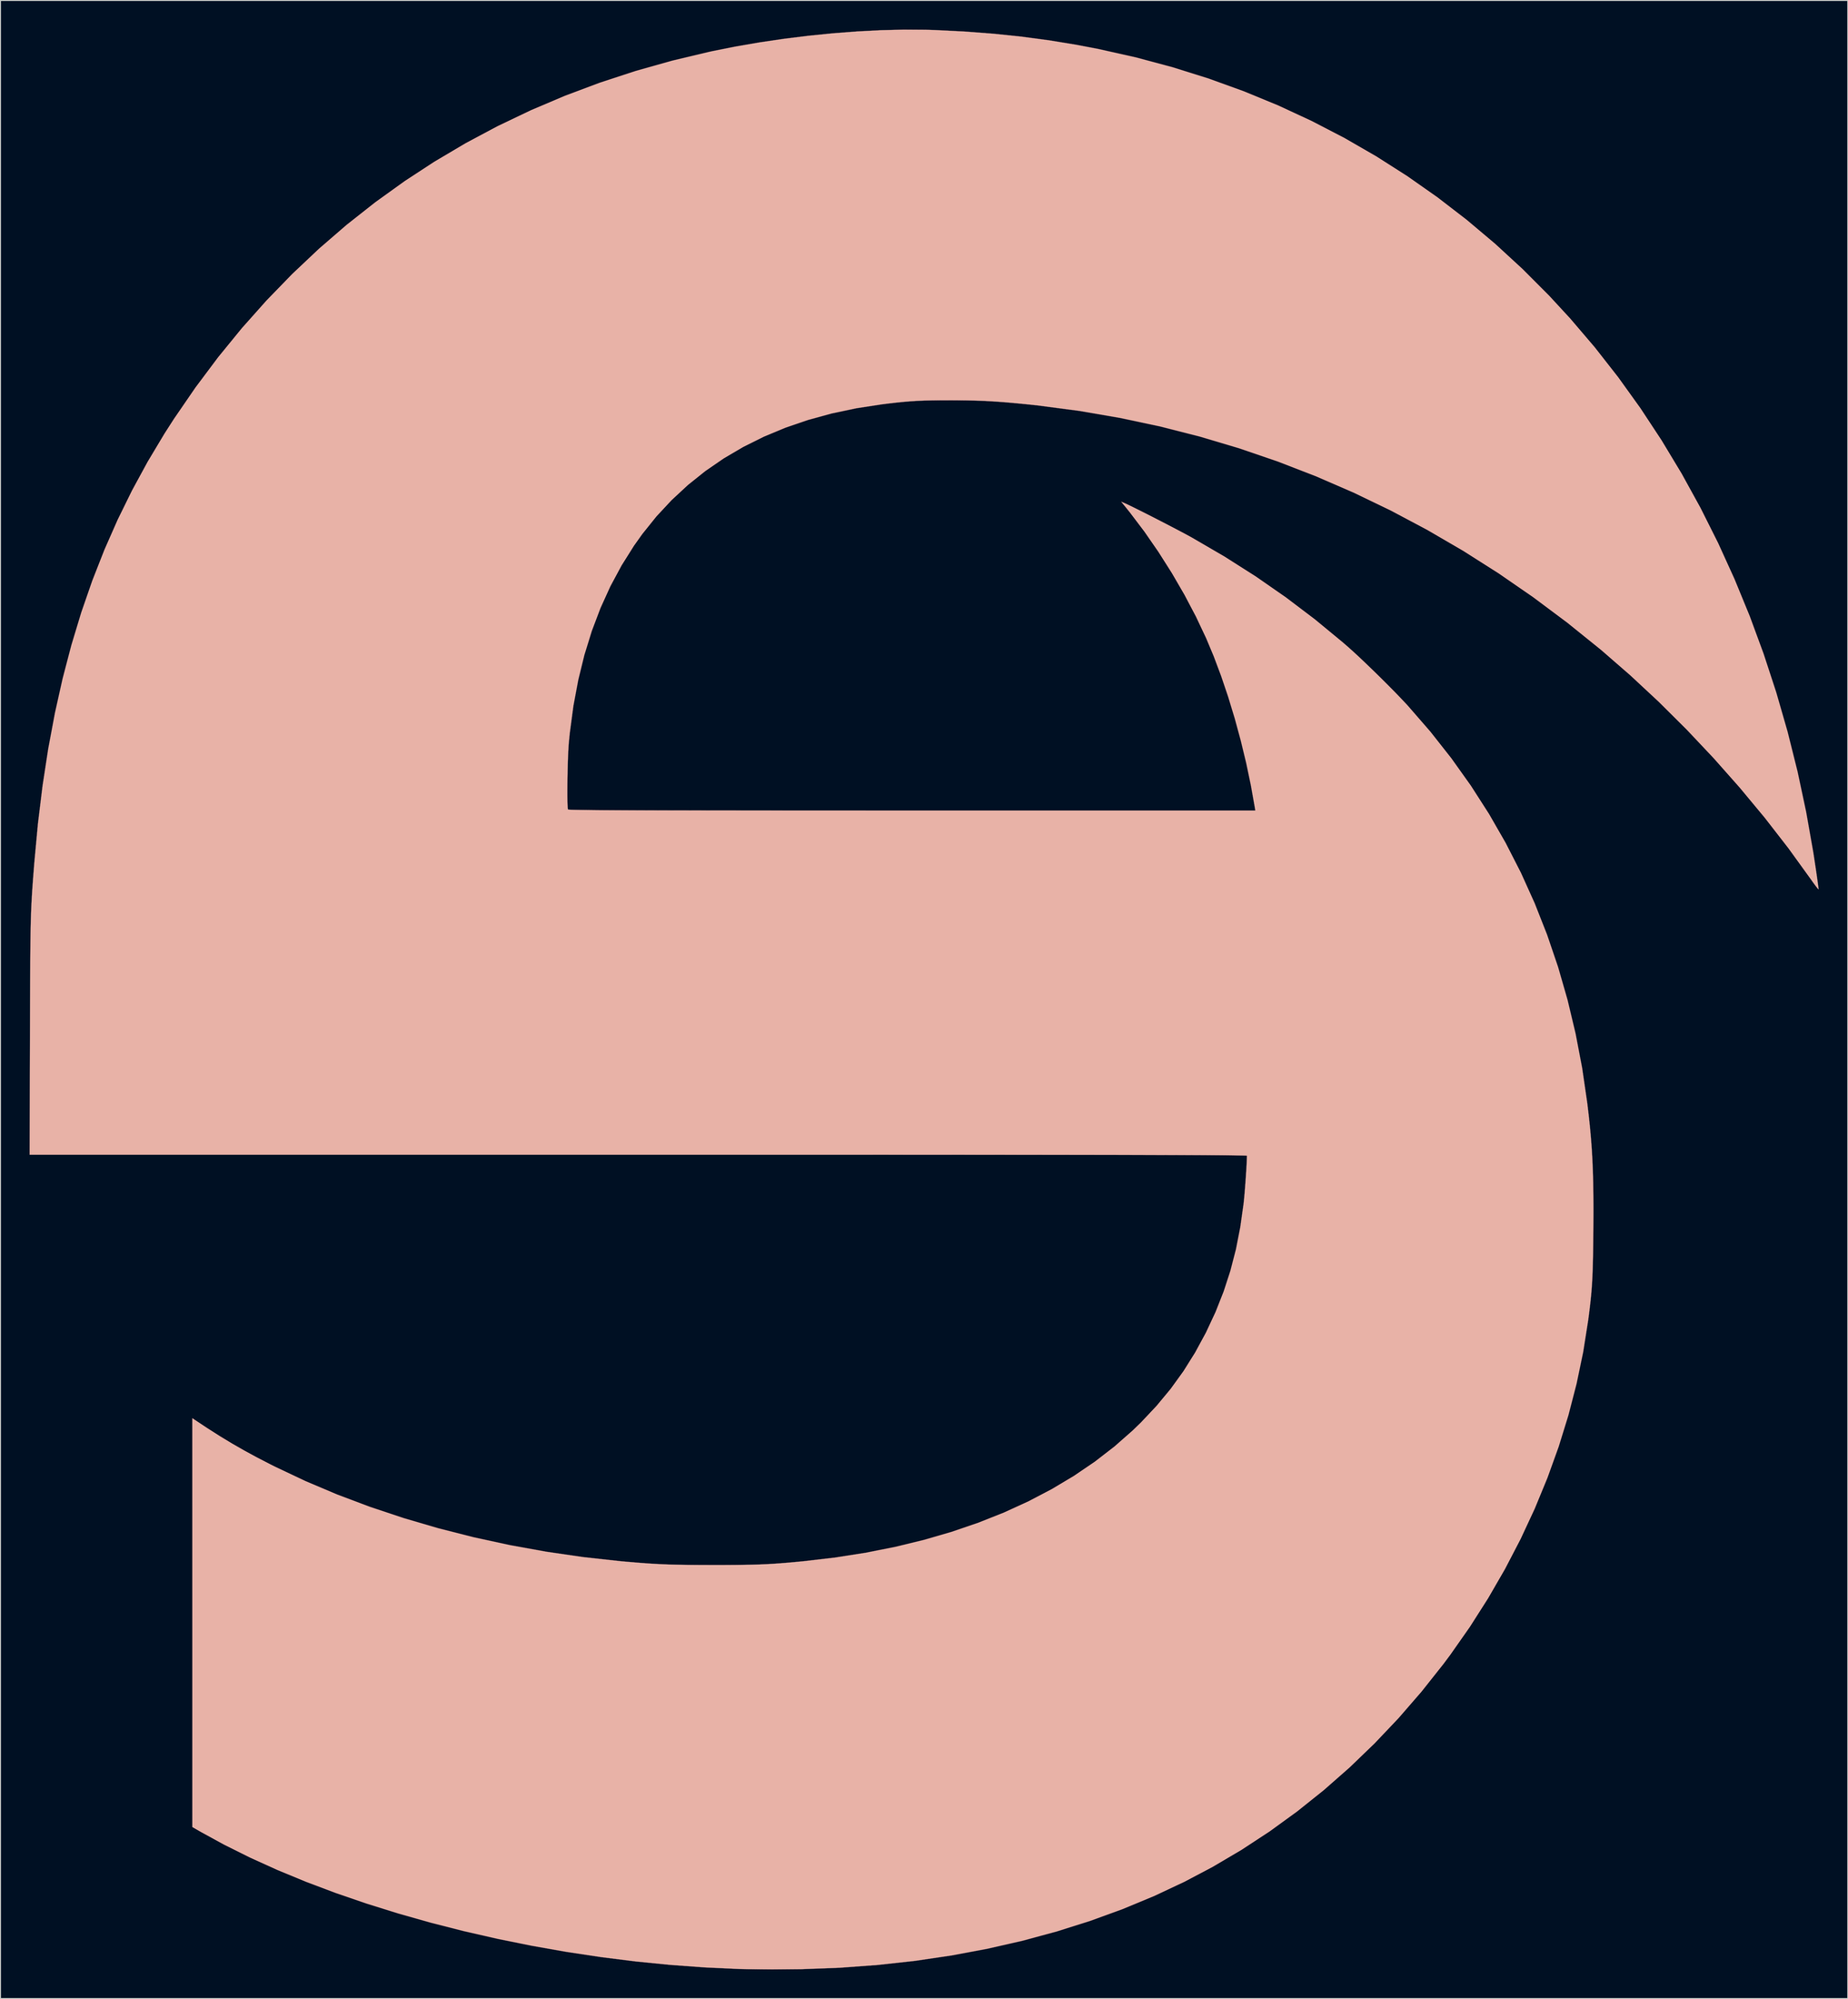
<source format=kicad_pcb>
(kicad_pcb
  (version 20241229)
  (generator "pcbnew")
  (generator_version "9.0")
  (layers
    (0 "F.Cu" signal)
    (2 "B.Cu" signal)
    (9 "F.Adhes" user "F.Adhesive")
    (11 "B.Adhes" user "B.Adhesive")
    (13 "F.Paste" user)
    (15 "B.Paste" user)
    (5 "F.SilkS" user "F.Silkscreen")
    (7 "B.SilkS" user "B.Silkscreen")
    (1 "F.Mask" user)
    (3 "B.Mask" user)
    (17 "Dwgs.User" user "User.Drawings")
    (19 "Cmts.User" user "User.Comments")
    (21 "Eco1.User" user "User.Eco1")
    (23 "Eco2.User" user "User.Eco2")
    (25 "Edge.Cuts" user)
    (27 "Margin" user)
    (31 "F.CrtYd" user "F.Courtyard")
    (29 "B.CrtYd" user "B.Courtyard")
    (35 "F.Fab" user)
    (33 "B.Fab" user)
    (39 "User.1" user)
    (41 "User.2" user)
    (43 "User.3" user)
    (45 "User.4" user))
  (footprint "edge_20x20_B"
    (layer "F.Cu")
    (at 92.217 99.966)
    (property "Reference" "edge_20x20_B" (at 0 0 0) (layer "B.SilkS") (effects (font (size 1.524 1.524) (thickness 0.3))))
    (attr through_hole)
    (fp_poly (pts (xy 0.11 -99.95) (xy 1.087 -99.92) (xy 4.175 -99.765) (xy 7.14 -99.54) (xy 10.016 -99.242) (xy 12.837 -98.866) (xy 15.636 -98.408) (xy 17.949 -97.967) (xy 21.815 -97.101) (xy 25.602 -96.086) (xy 29.309 -94.923) (xy 32.934 -93.612) (xy 36.477 -92.154) (xy 39.936 -90.549) (xy 43.309 -88.8) (xy 46.595 -86.905) (xy 49.794 -84.866) (xy 52.903 -82.685) (xy 55.922 -80.36) (xy 58.85 -77.894) (xy 61.684 -75.286) (xy 64.424 -72.539) (xy 66.593 -70.188) (xy 69.12 -67.227) (xy 71.535 -64.143) (xy 73.835 -60.941) (xy 76.018 -57.625) (xy 78.082 -54.2) (xy 80.024 -50.672) (xy 81.842 -47.046) (xy 83.534 -43.326) (xy 85.099 -39.518) (xy 86.532 -35.626) (xy 87.833 -31.655) (xy 88.999 -27.611) (xy 90.028 -23.498) (xy 90.918 -19.322) (xy 91.666 -15.087) (xy 91.906 -13.506) (xy 91.989 -12.934) (xy 92.063 -12.415) (xy 92.124 -11.973) (xy 92.17 -11.633) (xy 92.196 -11.418) (xy 92.202 -11.357) (xy 92.157 -11.383) (xy 92.032 -11.529) (xy 91.843 -11.776) (xy 91.604 -12.102) (xy 91.385 -12.414) (xy 89.092 -15.586) (xy 86.649 -18.734) (xy 84.072 -21.836) (xy 81.381 -24.874) (xy 78.594 -27.828) (xy 75.728 -30.677) (xy 72.802 -33.401) (xy 69.834 -35.982) (xy 69.723 -36.075) (xy 66.281 -38.849) (xy 62.772 -41.469) (xy 59.198 -43.934) (xy 55.561 -46.244) (xy 51.861 -48.398) (xy 48.101 -50.396) (xy 44.282 -52.236) (xy 40.405 -53.918) (xy 36.472 -55.441) (xy 32.484 -56.806) (xy 28.443 -58.011) (xy 24.35 -59.055) (xy 20.207 -59.938) (xy 16.015 -60.66) (xy 11.776 -61.219) (xy 10.668 -61.337) (xy 9.442 -61.457) (xy 8.342 -61.554) (xy 7.325 -61.629) (xy 6.351 -61.684) (xy 5.377 -61.723) (xy 4.361 -61.747) (xy 3.263 -61.758) (xy 2.752 -61.759) (xy 1.722 -61.757) (xy 0.826 -61.748) (xy 0.027 -61.729) (xy -0.712 -61.697) (xy -1.426 -61.652) (xy -2.152 -61.591) (xy -2.925 -61.512) (xy -3.783 -61.412) (xy -4.368 -61.339) (xy -7.003 -60.935) (xy -9.537 -60.398) (xy -11.971 -59.731) (xy -14.302 -58.934) (xy -16.528 -58.007) (xy -18.648 -56.952) (xy -20.66 -55.77) (xy -22.564 -54.461) (xy -24.356 -53.026) (xy -26.037 -51.467) (xy -27.604 -49.784) (xy -29.055 -47.977) (xy -29.912 -46.773) (xy -31.196 -44.73) (xy -32.35 -42.584) (xy -33.372 -40.333) (xy -34.264 -37.976) (xy -35.026 -35.514) (xy -35.657 -32.944) (xy -36.158 -30.267) (xy -36.53 -27.481) (xy -36.628 -26.501) (xy -36.66 -26.071) (xy -36.69 -25.543) (xy -36.716 -24.94) (xy -36.738 -24.284) (xy -36.756 -23.596) (xy -36.769 -22.898) (xy -36.778 -22.212) (xy -36.783 -21.561) (xy -36.782 -20.966) (xy -36.775 -20.449) (xy -36.763 -20.033) (xy -36.745 -19.738) (xy -36.72 -19.587) (xy -36.716 -19.579) (xy -36.68 -19.57) (xy -36.582 -19.561) (xy -36.417 -19.553) (xy -36.181 -19.546) (xy -35.87 -19.539) (xy -35.48 -19.532) (xy -35.007 -19.526) (xy -34.447 -19.52) (xy -33.796 -19.514) (xy -33.049 -19.509) (xy -32.203 -19.505) (xy -31.254 -19.501) (xy -30.197 -19.497) (xy -29.029 -19.493) (xy -27.745 -19.49) (xy -26.342 -19.487) (xy -24.814 -19.485) (xy -23.159 -19.482) (xy -21.372 -19.48) (xy -19.449 -19.479) (xy -17.385 -19.477) (xy -15.178 -19.476) (xy -12.823 -19.475) (xy -10.315 -19.474) (xy -7.65 -19.474) (xy -4.826 -19.473) (xy -1.837 -19.473) (xy -1.258 -19.473) (xy 34.136 -19.473) (xy 34.078 -19.833) (xy 33.678 -22.088) (xy 33.196 -24.38) (xy 32.64 -26.681) (xy 32.019 -28.962) (xy 31.341 -31.192) (xy 30.614 -33.342) (xy 29.847 -35.383) (xy 29.068 -37.241) (xy 28.017 -39.467) (xy 26.832 -41.716) (xy 25.535 -43.951) (xy 24.149 -46.135) (xy 22.697 -48.234) (xy 21.2 -50.209) (xy 20.812 -50.691) (xy 20.314 -51.302) (xy 20.635 -51.168) (xy 20.881 -51.057) (xy 21.256 -50.878) (xy 21.738 -50.642) (xy 22.306 -50.359) (xy 22.937 -50.041) (xy 23.612 -49.698) (xy 24.307 -49.341) (xy 25.003 -48.982) (xy 25.678 -48.631) (xy 26.309 -48.3) (xy 26.877 -47.998) (xy 27.359 -47.738) (xy 27.601 -47.604) (xy 30.961 -45.647) (xy 34.186 -43.596) (xy 37.284 -41.444) (xy 40.267 -39.185) (xy 43.144 -36.812) (xy 43.688 -36.34) (xy 44.229 -35.856) (xy 44.86 -35.272) (xy 45.555 -34.613) (xy 46.29 -33.904) (xy 47.04 -33.17) (xy 47.778 -32.435) (xy 48.481 -31.724) (xy 49.122 -31.061) (xy 49.677 -30.473) (xy 49.865 -30.268) (xy 52.175 -27.609) (xy 54.337 -24.865) (xy 56.353 -22.037) (xy 58.221 -19.127) (xy 59.941 -16.134) (xy 61.514 -13.059) (xy 62.938 -9.903) (xy 64.214 -6.666) (xy 65.342 -3.35) (xy 66.32 0.046) (xy 67.149 3.521) (xy 67.828 7.074) (xy 68.358 10.705) (xy 68.364 10.753) (xy 68.507 11.969) (xy 68.63 13.127) (xy 68.732 14.251) (xy 68.816 15.366) (xy 68.882 16.496) (xy 68.931 17.665) (xy 68.965 18.897) (xy 68.984 20.216) (xy 68.991 21.648) (xy 68.985 23.215) (xy 68.981 23.808) (xy 68.969 24.999) (xy 68.955 26.044) (xy 68.937 26.964) (xy 68.915 27.781) (xy 68.887 28.52) (xy 68.851 29.201) (xy 68.807 29.847) (xy 68.753 30.482) (xy 68.688 31.126) (xy 68.61 31.804) (xy 68.519 32.536) (xy 68.45 33.062) (xy 67.934 36.334) (xy 67.252 39.602) (xy 66.408 42.861) (xy 65.405 46.1) (xy 64.247 49.312) (xy 62.937 52.489) (xy 61.478 55.622) (xy 59.875 58.703) (xy 58.13 61.724) (xy 56.247 64.677) (xy 54.23 67.553) (xy 53.527 68.495) (xy 51.261 71.352) (xy 48.892 74.084) (xy 46.423 76.686) (xy 43.857 79.157) (xy 41.199 81.492) (xy 38.452 83.689) (xy 35.62 85.745) (xy 32.707 87.655) (xy 29.717 89.418) (xy 26.839 90.937) (xy 23.703 92.411) (xy 20.458 93.757) (xy 17.112 94.975) (xy 13.669 96.063) (xy 10.135 97.021) (xy 6.515 97.846) (xy 2.815 98.539) (xy -0.96 99.097) (xy -4.804 99.519) (xy -8.712 99.805) (xy -12.679 99.953) (xy -15.663 99.973) (xy -16.359 99.968) (xy -17.035 99.963) (xy -17.663 99.956) (xy -18.216 99.949) (xy -18.664 99.942) (xy -18.981 99.936) (xy -19.05 99.934) (xy -22.599 99.771) (xy -26.172 99.51) (xy -29.757 99.153) (xy -33.341 98.702) (xy -36.915 98.162) (xy -40.466 97.534) (xy -43.982 96.822) (xy -47.452 96.029) (xy -50.865 95.158) (xy -54.208 94.211) (xy -57.471 93.192) (xy -60.641 92.104) (xy -63.707 90.949) (xy -66.658 89.731) (xy -69.481 88.452) (xy -72.165 87.115) (xy -74.527 85.823) (xy -75.437 85.302) (xy -75.437 64.233) (xy -75.438 43.163) (xy -75.205 43.32) (xy -73.846 44.22) (xy -72.568 45.033) (xy -71.328 45.783) (xy -70.08 46.498) (xy -68.782 47.203) (xy -67.388 47.923) (xy -66.929 48.154) (xy -63.782 49.643) (xy -60.513 51.026) (xy -57.132 52.3) (xy -53.651 53.461) (xy -50.081 54.507) (xy -46.435 55.435) (xy -42.723 56.241) (xy -38.957 56.923) (xy -35.149 57.477) (xy -31.31 57.9) (xy -30.776 57.948) (xy -29.866 58.025) (xy -29.04 58.091) (xy -28.271 58.145) (xy -27.532 58.188) (xy -26.796 58.223) (xy -26.037 58.249) (xy -25.226 58.268) (xy -24.338 58.281) (xy -23.346 58.288) (xy -22.222 58.291) (xy -21.717 58.292) (xy -20.532 58.291) (xy -19.491 58.286) (xy -18.567 58.276) (xy -17.734 58.26) (xy -16.968 58.237) (xy -16.241 58.206) (xy -15.529 58.166) (xy -14.805 58.115) (xy -14.043 58.054) (xy -13.217 57.979) (xy -12.45 57.906) (xy -9.198 57.527) (xy -6.039 57.033) (xy -2.977 56.425) (xy -0.016 55.705) (xy 2.841 54.874) (xy 5.59 53.934) (xy 8.227 52.887) (xy 10.749 51.733) (xy 13.151 50.475) (xy 15.431 49.114) (xy 17.584 47.652) (xy 19.607 46.089) (xy 21.496 44.428) (xy 22.35 43.6) (xy 23.953 41.898) (xy 25.407 40.146) (xy 26.728 38.319) (xy 27.935 36.392) (xy 29.046 34.342) (xy 29.071 34.29) (xy 30.041 32.212) (xy 30.871 30.111) (xy 31.569 27.968) (xy 32.14 25.759) (xy 32.59 23.464) (xy 32.927 21.059) (xy 32.934 20.998) (xy 32.981 20.538) (xy 33.032 19.972) (xy 33.083 19.335) (xy 33.133 18.663) (xy 33.179 17.992) (xy 33.219 17.357) (xy 33.249 16.795) (xy 33.268 16.341) (xy 33.273 16.108) (xy 33.244 16.101) (xy 33.155 16.094) (xy 33.004 16.088) (xy 32.786 16.082) (xy 32.498 16.077) (xy 32.139 16.071) (xy 31.704 16.066) (xy 31.191 16.061) (xy 30.596 16.056) (xy 29.916 16.052) (xy 29.149 16.047) (xy 28.291 16.043) (xy 27.339 16.04) (xy 26.291 16.036) (xy 25.142 16.033) (xy 23.89 16.03) (xy 22.532 16.027) (xy 21.064 16.024) (xy 19.484 16.021) (xy 17.789 16.019) (xy 15.975 16.017) (xy 14.039 16.015) (xy 11.979 16.013) (xy 9.791 16.011) (xy 7.472 16.01) (xy 5.019 16.008) (xy 2.43 16.007) (xy -0.3 16.006) (xy -3.174 16.005) (xy -6.193 16.004) (xy -9.362 16.004) (xy -12.684 16.003) (xy -16.161 16.003) (xy -19.796 16.002) (xy -23.594 16.002) (xy -27.556 16.002) (xy -29.469 16.002) (xy -92.212 16.002) (xy -92.178 3.916) (xy -92.173 2.193) (xy -92.169 0.628) (xy -92.164 -0.79) (xy -92.159 -2.073) (xy -92.152 -3.231) (xy -92.145 -4.277) (xy -92.137 -5.221) (xy -92.127 -6.074) (xy -92.116 -6.848) (xy -92.102 -7.555) (xy -92.086 -8.205) (xy -92.067 -8.809) (xy -92.045 -9.38) (xy -92.02 -9.928) (xy -91.991 -10.464) (xy -91.959 -11) (xy -91.923 -11.547) (xy -91.882 -12.117) (xy -91.837 -12.72) (xy -91.786 -13.368) (xy -91.732 -14.055) (xy -91.356 -18.107) (xy -90.878 -22.029) (xy -90.295 -25.826) (xy -89.606 -29.506) (xy -88.809 -33.074) (xy -87.902 -36.536) (xy -86.884 -39.898) (xy -85.751 -43.166) (xy -84.502 -46.347) (xy -83.136 -49.446) (xy -81.65 -52.47) (xy -80.043 -55.424) (xy -78.312 -58.316) (xy -77.344 -59.824) (xy -75.116 -63.071) (xy -72.779 -66.192) (xy -70.336 -69.185) (xy -67.787 -72.048) (xy -65.135 -74.78) (xy -62.381 -77.379) (xy -59.528 -79.844) (xy -56.575 -82.171) (xy -53.527 -84.361) (xy -50.504 -86.337) (xy -47.275 -88.248) (xy -43.952 -90.02) (xy -40.535 -91.652) (xy -37.027 -93.142) (xy -33.43 -94.491) (xy -29.747 -95.697) (xy -25.979 -96.759) (xy -22.128 -97.677) (xy -21.834 -97.741) (xy -19.435 -98.219) (xy -16.965 -98.646) (xy -14.45 -99.017) (xy -11.915 -99.331) (xy -9.389 -99.585) (xy -6.896 -99.776) (xy -4.465 -99.902) (xy -2.121 -99.961) (xy 0.11 -99.95)) (stroke (width 0.01) (type solid)) (fill yes) (layer "B.SilkS")))
  (gr_rect
    (start -3 -3)
    (end 187.424 202.944)
    (stroke (width 0.1) (type default))
    (fill no)
    (layer "Edge.Cuts")))
</source>
